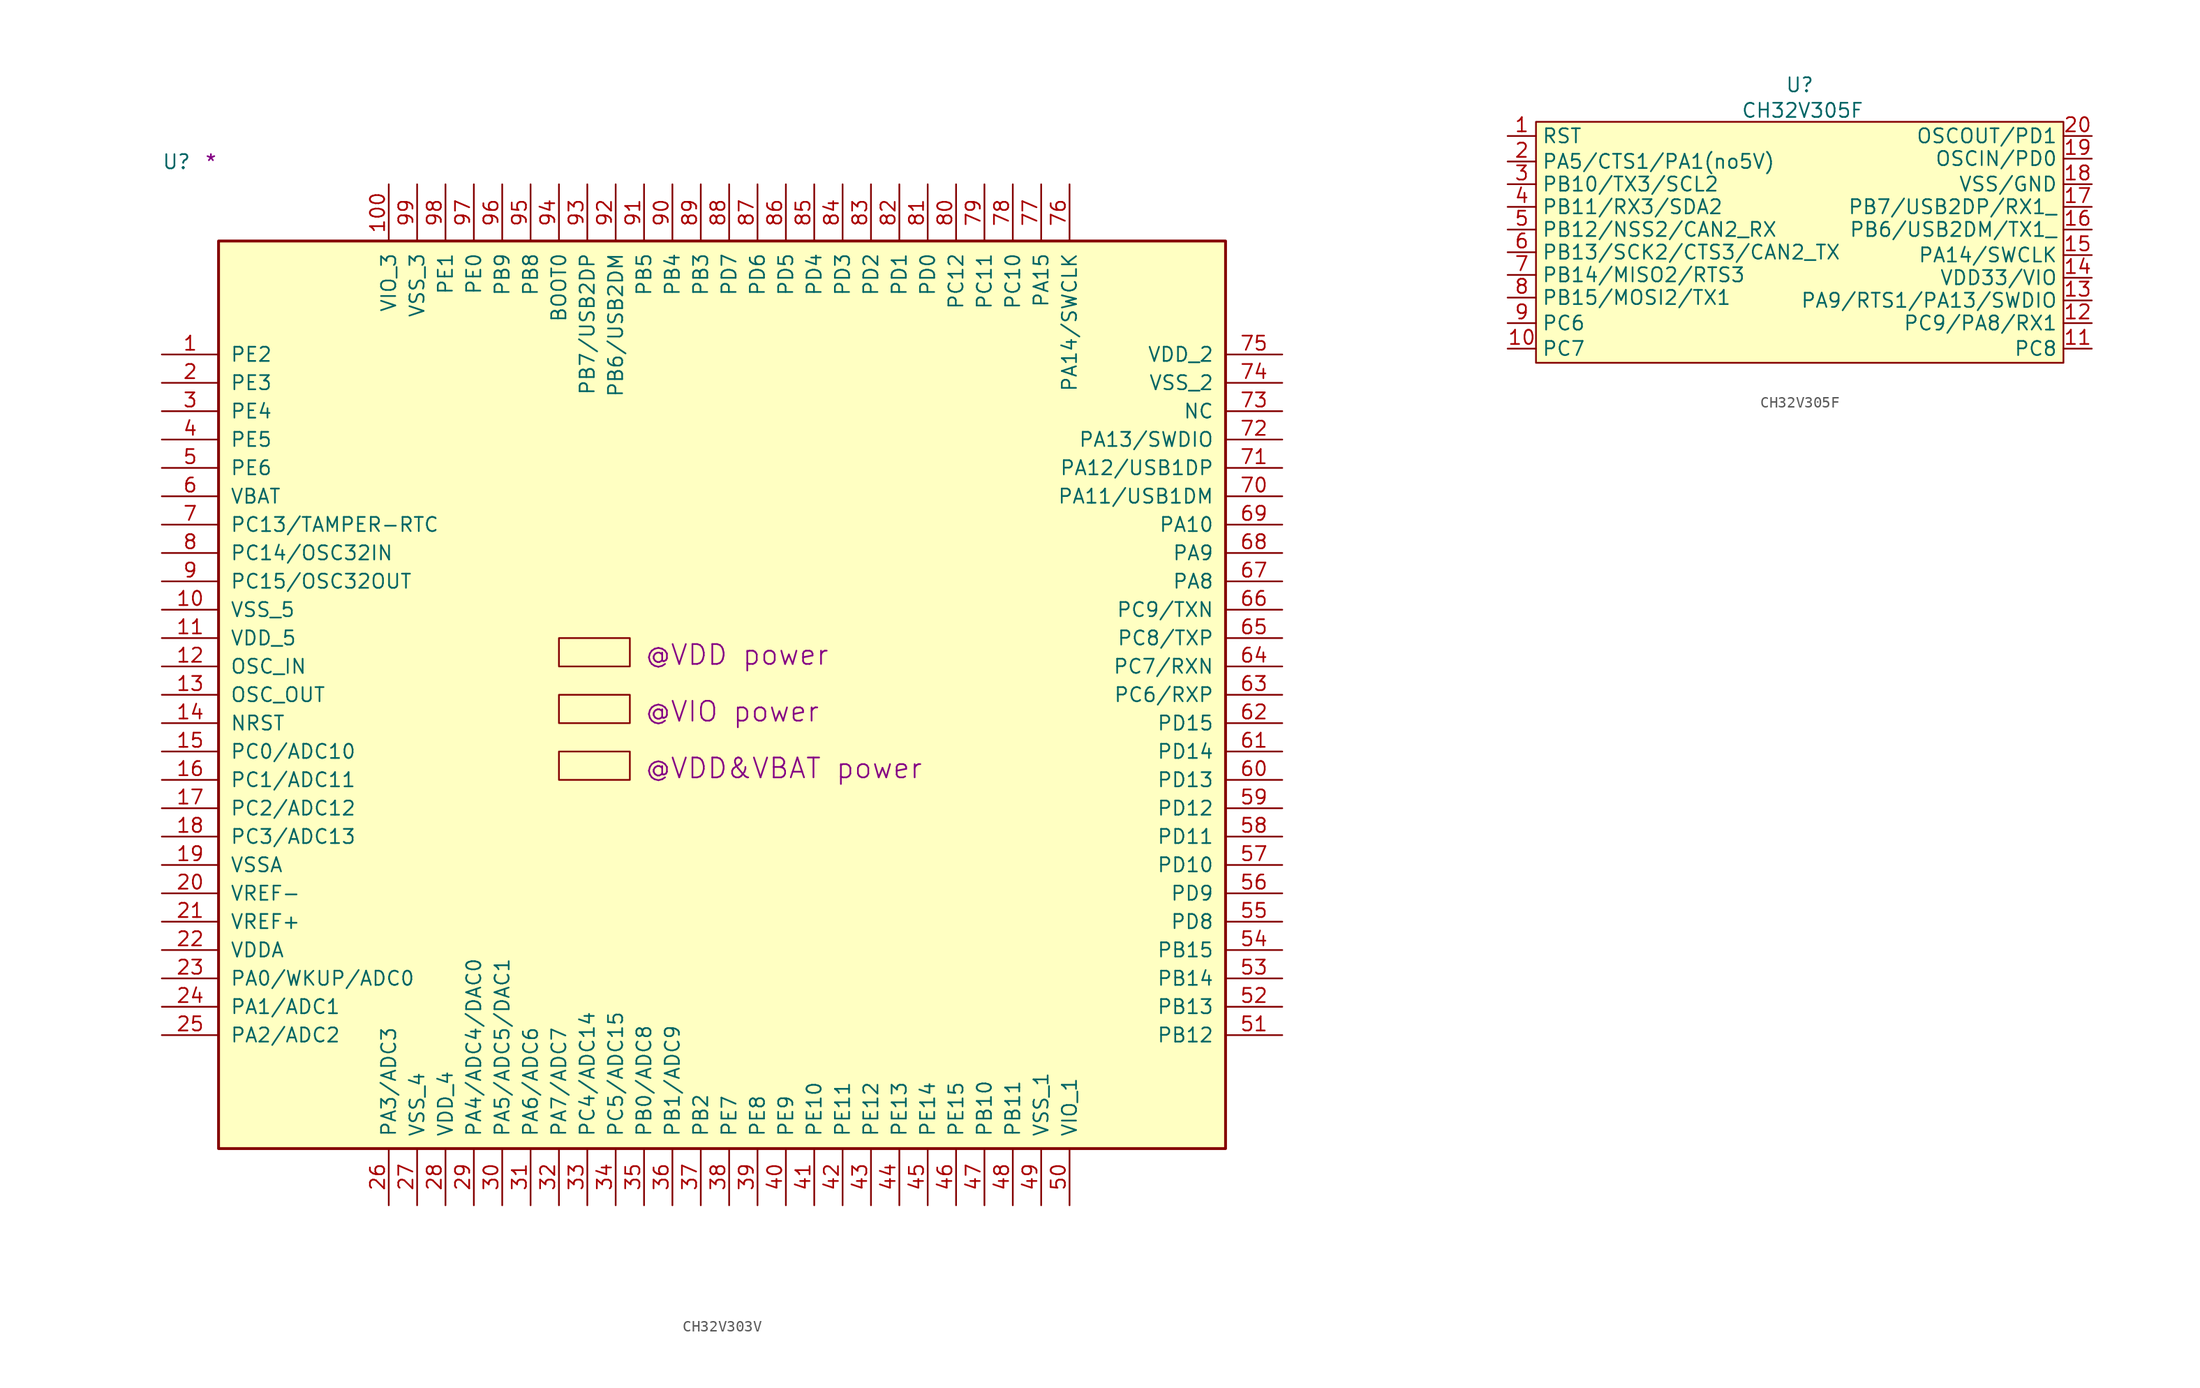
<source format=kicad_sym>
(kicad_symbol_lib
  (version 20211014)
  (generator kicad_symbol_editor)
  (symbol "CH32V303V"
    (pin_names
      (offset 1.016))
    (property "Reference" "U"
      (at -5.08 6.35 0)
      (effects (font (size 1.27 1.27)) (justify left bottom)))
    (property "user" "@VDD power"
      (at 38.1 -38.1 0)
      (effects (font (size 1.778 1.778)) (justify left bottom)))
    (property "user_1" "@VIO power"
      (at 38.1 -43.18 0)
      (effects (font (size 1.778 1.778)) (justify left bottom)))
    (property "user_2" "@VDD&VBAT power"
      (at 38.1 -48.26 0)
      (effects (font (size 1.778 1.778)) (justify left bottom)))
    (property "Comment" "*"
      (at -1.27 6.35 0)
      (effects (font (size 1.27 1.27)) (justify left bottom)))
    (symbol "CH32V303V_1_1"
      (rectangle (start 0 -81.28) (end 90.17 0) (stroke (width 0.254) (type default) (color 0 0 0 0)) (fill (type background)))
      (rectangle (start 30.48 -48.26) (end 36.83 -45.72) (stroke (width 0) (type default) (color 0 0 0 0)) (fill (type background)))
      (rectangle (start 30.48 -43.18) (end 36.83 -40.64) (stroke (width 0) (type default) (color 0 0 0 0)) (fill (type background)))
      (rectangle (start 30.48 -38.1) (end 36.83 -35.56) (stroke (width 0) (type default) (color 0 0 0 0)) (fill (type background)))
      (pin bidirectional line (at -5.08 -10.16 0) (length 5.08) (name "PE2" (effects (font (size 1.27 1.27)))) (number "1" (effects (font (size 1.27 1.27)))))
      (pin power_in line (at -5.08 -33.02 0) (length 5.08) (name "VSS_5" (effects (font (size 1.27 1.27)))) (number "10" (effects (font (size 1.27 1.27)))))
      (pin power_in line (at 15.24 5.08 270) (length 5.08) (name "VIO_3" (effects (font (size 1.27 1.27)))) (number "100" (effects (font (size 1.27 1.27)))))
      (pin power_in line (at -5.08 -35.56 0) (length 5.08) (name "VDD_5" (effects (font (size 1.27 1.27)))) (number "11" (effects (font (size 1.27 1.27)))))
      (pin input line (at -5.08 -38.1 0) (length 5.08) (name "OSC_IN" (effects (font (size 1.27 1.27)))) (number "12" (effects (font (size 1.27 1.27)))))
      (pin output line (at -5.08 -40.64 0) (length 5.08) (name "OSC_OUT" (effects (font (size 1.27 1.27)))) (number "13" (effects (font (size 1.27 1.27)))))
      (pin bidirectional line (at -5.08 -43.18 0) (length 5.08) (name "NRST" (effects (font (size 1.27 1.27)))) (number "14" (effects (font (size 1.27 1.27)))))
      (pin bidirectional line (at -5.08 -45.72 0) (length 5.08) (name "PC0/ADC10" (effects (font (size 1.27 1.27)))) (number "15" (effects (font (size 1.27 1.27)))))
      (pin bidirectional line (at -5.08 -48.26 0) (length 5.08) (name "PC1/ADC11" (effects (font (size 1.27 1.27)))) (number "16" (effects (font (size 1.27 1.27)))))
      (pin bidirectional line (at -5.08 -50.8 0) (length 5.08) (name "PC2/ADC12" (effects (font (size 1.27 1.27)))) (number "17" (effects (font (size 1.27 1.27)))))
      (pin bidirectional line (at -5.08 -53.34 0) (length 5.08) (name "PC3/ADC13" (effects (font (size 1.27 1.27)))) (number "18" (effects (font (size 1.27 1.27)))))
      (pin power_in line (at -5.08 -55.88 0) (length 5.08) (name "VSSA" (effects (font (size 1.27 1.27)))) (number "19" (effects (font (size 1.27 1.27)))))
      (pin bidirectional line (at -5.08 -12.7 0) (length 5.08) (name "PE3" (effects (font (size 1.27 1.27)))) (number "2" (effects (font (size 1.27 1.27)))))
      (pin power_in line (at -5.08 -58.42 0) (length 5.08) (name "VREF-" (effects (font (size 1.27 1.27)))) (number "20" (effects (font (size 1.27 1.27)))))
      (pin power_in line (at -5.08 -60.96 0) (length 5.08) (name "VREF+" (effects (font (size 1.27 1.27)))) (number "21" (effects (font (size 1.27 1.27)))))
      (pin power_in line (at -5.08 -63.5 0) (length 5.08) (name "VDDA" (effects (font (size 1.27 1.27)))) (number "22" (effects (font (size 1.27 1.27)))))
      (pin bidirectional line (at -5.08 -66.04 0) (length 5.08) (name "PA0/WKUP/ADC0" (effects (font (size 1.27 1.27)))) (number "23" (effects (font (size 1.27 1.27)))))
      (pin bidirectional line (at -5.08 -68.58 0) (length 5.08) (name "PA1/ADC1" (effects (font (size 1.27 1.27)))) (number "24" (effects (font (size 1.27 1.27)))))
      (pin bidirectional line (at -5.08 -71.12 0) (length 5.08) (name "PA2/ADC2" (effects (font (size 1.27 1.27)))) (number "25" (effects (font (size 1.27 1.27)))))
      (pin bidirectional line (at 15.24 -86.36 90) (length 5.08) (name "PA3/ADC3" (effects (font (size 1.27 1.27)))) (number "26" (effects (font (size 1.27 1.27)))))
      (pin power_in line (at 17.78 -86.36 90) (length 5.08) (name "VSS_4" (effects (font (size 1.27 1.27)))) (number "27" (effects (font (size 1.27 1.27)))))
      (pin power_in line (at 20.32 -86.36 90) (length 5.08) (name "VDD_4" (effects (font (size 1.27 1.27)))) (number "28" (effects (font (size 1.27 1.27)))))
      (pin bidirectional line (at 22.86 -86.36 90) (length 5.08) (name "PA4/ADC4/DAC0" (effects (font (size 1.27 1.27)))) (number "29" (effects (font (size 1.27 1.27)))))
      (pin bidirectional line (at -5.08 -15.24 0) (length 5.08) (name "PE4" (effects (font (size 1.27 1.27)))) (number "3" (effects (font (size 1.27 1.27)))))
      (pin bidirectional line (at 25.4 -86.36 90) (length 5.08) (name "PA5/ADC5/DAC1" (effects (font (size 1.27 1.27)))) (number "30" (effects (font (size 1.27 1.27)))))
      (pin bidirectional line (at 27.94 -86.36 90) (length 5.08) (name "PA6/ADC6" (effects (font (size 1.27 1.27)))) (number "31" (effects (font (size 1.27 1.27)))))
      (pin bidirectional line (at 30.48 -86.36 90) (length 5.08) (name "PA7/ADC7" (effects (font (size 1.27 1.27)))) (number "32" (effects (font (size 1.27 1.27)))))
      (pin bidirectional line (at 33.02 -86.36 90) (length 5.08) (name "PC4/ADC14" (effects (font (size 1.27 1.27)))) (number "33" (effects (font (size 1.27 1.27)))))
      (pin bidirectional line (at 35.56 -86.36 90) (length 5.08) (name "PC5/ADC15" (effects (font (size 1.27 1.27)))) (number "34" (effects (font (size 1.27 1.27)))))
      (pin bidirectional line (at 38.1 -86.36 90) (length 5.08) (name "PB0/ADC8" (effects (font (size 1.27 1.27)))) (number "35" (effects (font (size 1.27 1.27)))))
      (pin bidirectional line (at 40.64 -86.36 90) (length 5.08) (name "PB1/ADC9" (effects (font (size 1.27 1.27)))) (number "36" (effects (font (size 1.27 1.27)))))
      (pin bidirectional line (at 43.18 -86.36 90) (length 5.08) (name "PB2" (effects (font (size 1.27 1.27)))) (number "37" (effects (font (size 1.27 1.27)))))
      (pin bidirectional line (at 45.72 -86.36 90) (length 5.08) (name "PE7" (effects (font (size 1.27 1.27)))) (number "38" (effects (font (size 1.27 1.27)))))
      (pin bidirectional line (at 48.26 -86.36 90) (length 5.08) (name "PE8" (effects (font (size 1.27 1.27)))) (number "39" (effects (font (size 1.27 1.27)))))
      (pin bidirectional line (at -5.08 -17.78 0) (length 5.08) (name "PE5" (effects (font (size 1.27 1.27)))) (number "4" (effects (font (size 1.27 1.27)))))
      (pin bidirectional line (at 50.8 -86.36 90) (length 5.08) (name "PE9" (effects (font (size 1.27 1.27)))) (number "40" (effects (font (size 1.27 1.27)))))
      (pin bidirectional line (at 53.34 -86.36 90) (length 5.08) (name "PE10" (effects (font (size 1.27 1.27)))) (number "41" (effects (font (size 1.27 1.27)))))
      (pin bidirectional line (at 55.88 -86.36 90) (length 5.08) (name "PE11" (effects (font (size 1.27 1.27)))) (number "42" (effects (font (size 1.27 1.27)))))
      (pin bidirectional line (at 58.42 -86.36 90) (length 5.08) (name "PE12" (effects (font (size 1.27 1.27)))) (number "43" (effects (font (size 1.27 1.27)))))
      (pin bidirectional line (at 60.96 -86.36 90) (length 5.08) (name "PE13" (effects (font (size 1.27 1.27)))) (number "44" (effects (font (size 1.27 1.27)))))
      (pin bidirectional line (at 63.5 -86.36 90) (length 5.08) (name "PE14" (effects (font (size 1.27 1.27)))) (number "45" (effects (font (size 1.27 1.27)))))
      (pin bidirectional line (at 66.04 -86.36 90) (length 5.08) (name "PE15" (effects (font (size 1.27 1.27)))) (number "46" (effects (font (size 1.27 1.27)))))
      (pin bidirectional line (at 68.58 -86.36 90) (length 5.08) (name "PB10" (effects (font (size 1.27 1.27)))) (number "47" (effects (font (size 1.27 1.27)))))
      (pin bidirectional line (at 71.12 -86.36 90) (length 5.08) (name "PB11" (effects (font (size 1.27 1.27)))) (number "48" (effects (font (size 1.27 1.27)))))
      (pin power_in line (at 73.66 -86.36 90) (length 5.08) (name "VSS_1" (effects (font (size 1.27 1.27)))) (number "49" (effects (font (size 1.27 1.27)))))
      (pin bidirectional line (at -5.08 -20.32 0) (length 5.08) (name "PE6" (effects (font (size 1.27 1.27)))) (number "5" (effects (font (size 1.27 1.27)))))
      (pin power_in line (at 76.2 -86.36 90) (length 5.08) (name "VIO_1" (effects (font (size 1.27 1.27)))) (number "50" (effects (font (size 1.27 1.27)))))
      (pin bidirectional line (at 95.25 -71.12 180) (length 5.08) (name "PB12" (effects (font (size 1.27 1.27)))) (number "51" (effects (font (size 1.27 1.27)))))
      (pin bidirectional line (at 95.25 -68.58 180) (length 5.08) (name "PB13" (effects (font (size 1.27 1.27)))) (number "52" (effects (font (size 1.27 1.27)))))
      (pin bidirectional line (at 95.25 -66.04 180) (length 5.08) (name "PB14" (effects (font (size 1.27 1.27)))) (number "53" (effects (font (size 1.27 1.27)))))
      (pin bidirectional line (at 95.25 -63.5 180) (length 5.08) (name "PB15" (effects (font (size 1.27 1.27)))) (number "54" (effects (font (size 1.27 1.27)))))
      (pin bidirectional line (at 95.25 -60.96 180) (length 5.08) (name "PD8" (effects (font (size 1.27 1.27)))) (number "55" (effects (font (size 1.27 1.27)))))
      (pin bidirectional line (at 95.25 -58.42 180) (length 5.08) (name "PD9" (effects (font (size 1.27 1.27)))) (number "56" (effects (font (size 1.27 1.27)))))
      (pin bidirectional line (at 95.25 -55.88 180) (length 5.08) (name "PD10" (effects (font (size 1.27 1.27)))) (number "57" (effects (font (size 1.27 1.27)))))
      (pin bidirectional line (at 95.25 -53.34 180) (length 5.08) (name "PD11" (effects (font (size 1.27 1.27)))) (number "58" (effects (font (size 1.27 1.27)))))
      (pin bidirectional line (at 95.25 -50.8 180) (length 5.08) (name "PD12" (effects (font (size 1.27 1.27)))) (number "59" (effects (font (size 1.27 1.27)))))
      (pin power_in line (at -5.08 -22.86 0) (length 5.08) (name "VBAT" (effects (font (size 1.27 1.27)))) (number "6" (effects (font (size 1.27 1.27)))))
      (pin bidirectional line (at 95.25 -48.26 180) (length 5.08) (name "PD13" (effects (font (size 1.27 1.27)))) (number "60" (effects (font (size 1.27 1.27)))))
      (pin bidirectional line (at 95.25 -45.72 180) (length 5.08) (name "PD14" (effects (font (size 1.27 1.27)))) (number "61" (effects (font (size 1.27 1.27)))))
      (pin bidirectional line (at 95.25 -43.18 180) (length 5.08) (name "PD15" (effects (font (size 1.27 1.27)))) (number "62" (effects (font (size 1.27 1.27)))))
      (pin bidirectional line (at 95.25 -40.64 180) (length 5.08) (name "PC6/RXP" (effects (font (size 1.27 1.27)))) (number "63" (effects (font (size 1.27 1.27)))))
      (pin bidirectional line (at 95.25 -38.1 180) (length 5.08) (name "PC7/RXN" (effects (font (size 1.27 1.27)))) (number "64" (effects (font (size 1.27 1.27)))))
      (pin bidirectional line (at 95.25 -35.56 180) (length 5.08) (name "PC8/TXP" (effects (font (size 1.27 1.27)))) (number "65" (effects (font (size 1.27 1.27)))))
      (pin bidirectional line (at 95.25 -33.02 180) (length 5.08) (name "PC9/TXN" (effects (font (size 1.27 1.27)))) (number "66" (effects (font (size 1.27 1.27)))))
      (pin bidirectional line (at 95.25 -30.48 180) (length 5.08) (name "PA8" (effects (font (size 1.27 1.27)))) (number "67" (effects (font (size 1.27 1.27)))))
      (pin bidirectional line (at 95.25 -27.94 180) (length 5.08) (name "PA9" (effects (font (size 1.27 1.27)))) (number "68" (effects (font (size 1.27 1.27)))))
      (pin bidirectional line (at 95.25 -25.4 180) (length 5.08) (name "PA10" (effects (font (size 1.27 1.27)))) (number "69" (effects (font (size 1.27 1.27)))))
      (pin bidirectional line (at -5.08 -25.4 0) (length 5.08) (name "PC13/TAMPER-RTC" (effects (font (size 1.27 1.27)))) (number "7" (effects (font (size 1.27 1.27)))))
      (pin bidirectional line (at 95.25 -22.86 180) (length 5.08) (name "PA11/USB1DM" (effects (font (size 1.27 1.27)))) (number "70" (effects (font (size 1.27 1.27)))))
      (pin bidirectional line (at 95.25 -20.32 180) (length 5.08) (name "PA12/USB1DP" (effects (font (size 1.27 1.27)))) (number "71" (effects (font (size 1.27 1.27)))))
      (pin bidirectional line (at 95.25 -17.78 180) (length 5.08) (name "PA13/SWDIO" (effects (font (size 1.27 1.27)))) (number "72" (effects (font (size 1.27 1.27)))))
      (pin tri_state line (at 95.25 -15.24 180) (length 5.08) (name "NC" (effects (font (size 1.27 1.27)))) (number "73" (effects (font (size 1.27 1.27)))))
      (pin power_in line (at 95.25 -12.7 180) (length 5.08) (name "VSS_2" (effects (font (size 1.27 1.27)))) (number "74" (effects (font (size 1.27 1.27)))))
      (pin power_in line (at 95.25 -10.16 180) (length 5.08) (name "VDD_2" (effects (font (size 1.27 1.27)))) (number "75" (effects (font (size 1.27 1.27)))))
      (pin bidirectional line (at 76.2 5.08 270) (length 5.08) (name "PA14/SWCLK" (effects (font (size 1.27 1.27)))) (number "76" (effects (font (size 1.27 1.27)))))
      (pin bidirectional line (at 73.66 5.08 270) (length 5.08) (name "PA15" (effects (font (size 1.27 1.27)))) (number "77" (effects (font (size 1.27 1.27)))))
      (pin bidirectional line (at 71.12 5.08 270) (length 5.08) (name "PC10" (effects (font (size 1.27 1.27)))) (number "78" (effects (font (size 1.27 1.27)))))
      (pin bidirectional line (at 68.58 5.08 270) (length 5.08) (name "PC11" (effects (font (size 1.27 1.27)))) (number "79" (effects (font (size 1.27 1.27)))))
      (pin bidirectional line (at -5.08 -27.94 0) (length 5.08) (name "PC14/OSC32IN" (effects (font (size 1.27 1.27)))) (number "8" (effects (font (size 1.27 1.27)))))
      (pin bidirectional line (at 66.04 5.08 270) (length 5.08) (name "PC12" (effects (font (size 1.27 1.27)))) (number "80" (effects (font (size 1.27 1.27)))))
      (pin bidirectional line (at 63.5 5.08 270) (length 5.08) (name "PD0" (effects (font (size 1.27 1.27)))) (number "81" (effects (font (size 1.27 1.27)))))
      (pin bidirectional line (at 60.96 5.08 270) (length 5.08) (name "PD1" (effects (font (size 1.27 1.27)))) (number "82" (effects (font (size 1.27 1.27)))))
      (pin bidirectional line (at 58.42 5.08 270) (length 5.08) (name "PD2" (effects (font (size 1.27 1.27)))) (number "83" (effects (font (size 1.27 1.27)))))
      (pin bidirectional line (at 55.88 5.08 270) (length 5.08) (name "PD3" (effects (font (size 1.27 1.27)))) (number "84" (effects (font (size 1.27 1.27)))))
      (pin bidirectional line (at 53.34 5.08 270) (length 5.08) (name "PD4" (effects (font (size 1.27 1.27)))) (number "85" (effects (font (size 1.27 1.27)))))
      (pin bidirectional line (at 50.8 5.08 270) (length 5.08) (name "PD5" (effects (font (size 1.27 1.27)))) (number "86" (effects (font (size 1.27 1.27)))))
      (pin bidirectional line (at 48.26 5.08 270) (length 5.08) (name "PD6" (effects (font (size 1.27 1.27)))) (number "87" (effects (font (size 1.27 1.27)))))
      (pin bidirectional line (at 45.72 5.08 270) (length 5.08) (name "PD7" (effects (font (size 1.27 1.27)))) (number "88" (effects (font (size 1.27 1.27)))))
      (pin bidirectional line (at 43.18 5.08 270) (length 5.08) (name "PB3" (effects (font (size 1.27 1.27)))) (number "89" (effects (font (size 1.27 1.27)))))
      (pin bidirectional line (at -5.08 -30.48 0) (length 5.08) (name "PC15/OSC32OUT" (effects (font (size 1.27 1.27)))) (number "9" (effects (font (size 1.27 1.27)))))
      (pin bidirectional line (at 40.64 5.08 270) (length 5.08) (name "PB4" (effects (font (size 1.27 1.27)))) (number "90" (effects (font (size 1.27 1.27)))))
      (pin bidirectional line (at 38.1 5.08 270) (length 5.08) (name "PB5" (effects (font (size 1.27 1.27)))) (number "91" (effects (font (size 1.27 1.27)))))
      (pin bidirectional line (at 35.56 5.08 270) (length 5.08) (name "PB6/USB2DM" (effects (font (size 1.27 1.27)))) (number "92" (effects (font (size 1.27 1.27)))))
      (pin bidirectional line (at 33.02 5.08 270) (length 5.08) (name "PB7/USB2DP" (effects (font (size 1.27 1.27)))) (number "93" (effects (font (size 1.27 1.27)))))
      (pin input line (at 30.48 5.08 270) (length 5.08) (name "BOOT0" (effects (font (size 1.27 1.27)))) (number "94" (effects (font (size 1.27 1.27)))))
      (pin bidirectional line (at 27.94 5.08 270) (length 5.08) (name "PB8" (effects (font (size 1.27 1.27)))) (number "95" (effects (font (size 1.27 1.27)))))
      (pin bidirectional line (at 25.4 5.08 270) (length 5.08) (name "PB9" (effects (font (size 1.27 1.27)))) (number "96" (effects (font (size 1.27 1.27)))))
      (pin bidirectional line (at 22.86 5.08 270) (length 5.08) (name "PE0" (effects (font (size 1.27 1.27)))) (number "97" (effects (font (size 1.27 1.27)))))
      (pin bidirectional line (at 20.32 5.08 270) (length 5.08) (name "PE1" (effects (font (size 1.27 1.27)))) (number "98" (effects (font (size 1.27 1.27)))))
      (pin power_in line (at 17.78 5.08 270) (length 5.08) (name "VSS_3" (effects (font (size 1.27 1.27)))) (number "99" (effects (font (size 1.27 1.27)))))))
  (symbol "CH32V305F"
    (property "Reference" "U"
      (at 0 13.97 0)
      (effects (font (size 1.27 1.27))))
    (property "Value" "CH32V305F"
      (at 0.254 11.684 0)
      (effects (font (size 1.27 1.27))))
    (symbol "CH32V305F_0_1"
      (rectangle (start -23.622 10.668) (end 23.622 -10.922) (stroke (width 0) (type default) (color 0 0 0 0)) (fill (type background))))
    (symbol "CH32V305F_1_1"
      (pin input line (at -26.162 9.398 0) (length 2.54) (name "RST" (effects (font (size 1.27 1.27)))) (number "1" (effects (font (size 1.27 1.27)))))
      (pin bidirectional line (at -26.162 -9.652 0) (length 2.54) (name "PC7" (effects (font (size 1.27 1.27)))) (number "10" (effects (font (size 1.27 1.27)))))
      (pin bidirectional line (at 26.162 -9.652 180) (length 2.54) (name "PC8" (effects (font (size 1.27 1.27)))) (number "11" (effects (font (size 1.27 1.27)))))
      (pin bidirectional line (at 26.162 -7.366 180) (length 2.54) (name "PC9/PA8/RX1" (effects (font (size 1.27 1.27)))) (number "12" (effects (font (size 1.27 1.27)))))
      (pin bidirectional line (at 26.162 -5.334 180) (length 2.54) (name "PA9/RTS1/PA13/SWDIO" (effects (font (size 1.27 1.27)))) (number "13" (effects (font (size 1.27 1.27)))))
      (pin power_in line (at 26.162 -3.302 180) (length 2.54) (name "VDD33/VIO" (effects (font (size 1.27 1.27)))) (number "14" (effects (font (size 1.27 1.27)))))
      (pin bidirectional line (at 26.162 -1.27 180) (length 2.54) (name "PA14/SWCLK" (effects (font (size 1.27 1.27)))) (number "15" (effects (font (size 1.27 1.27)))))
      (pin bidirectional line (at 26.162 1.016 180) (length 2.54) (name "PB6/USB2DM/TX1_" (effects (font (size 1.27 1.27)))) (number "16" (effects (font (size 1.27 1.27)))))
      (pin bidirectional line (at 26.162 3.048 180) (length 2.54) (name "PB7/USB2DP/RX1_" (effects (font (size 1.27 1.27)))) (number "17" (effects (font (size 1.27 1.27)))))
      (pin power_in line (at 26.162 5.08 180) (length 2.54) (name "VSS/GND" (effects (font (size 1.27 1.27)))) (number "18" (effects (font (size 1.27 1.27)))))
      (pin bidirectional line (at 26.162 7.366 180) (length 2.54) (name "OSCIN/PD0" (effects (font (size 1.27 1.27)))) (number "19" (effects (font (size 1.27 1.27)))))
      (pin input line (at -26.162 7.112 0) (length 2.54) (name "PA5/CTS1/PA1(no5V)" (effects (font (size 1.27 1.27)))) (number "2" (effects (font (size 1.27 1.27)))))
      (pin bidirectional line (at 26.162 9.398 180) (length 2.54) (name "OSCOUT/PD1" (effects (font (size 1.27 1.27)))) (number "20" (effects (font (size 1.27 1.27)))))
      (pin bidirectional line (at -26.162 5.08 0) (length 2.54) (name "PB10/TX3/SCL2" (effects (font (size 1.27 1.27)))) (number "3" (effects (font (size 1.27 1.27)))))
      (pin bidirectional line (at -26.162 3.048 0) (length 2.54) (name "PB11/RX3/SDA2" (effects (font (size 1.27 1.27)))) (number "4" (effects (font (size 1.27 1.27)))))
      (pin bidirectional line (at -26.162 1.016 0) (length 2.54) (name "PB12/NSS2/CAN2_RX" (effects (font (size 1.27 1.27)))) (number "5" (effects (font (size 1.27 1.27)))))
      (pin bidirectional line (at -26.162 -1.016 0) (length 2.54) (name "PB13/SCK2/CTS3/CAN2_TX" (effects (font (size 1.27 1.27)))) (number "6" (effects (font (size 1.27 1.27)))))
      (pin bidirectional line (at -26.162 -3.048 0) (length 2.54) (name "PB14/MISO2/RTS3" (effects (font (size 1.27 1.27)))) (number "7" (effects (font (size 1.27 1.27)))))
      (pin bidirectional line (at -26.162 -5.08 0) (length 2.54) (name "PB15/MOSI2/TX1" (effects (font (size 1.27 1.27)))) (number "8" (effects (font (size 1.27 1.27)))))
      (pin bidirectional line (at -26.162 -7.366 0) (length 2.54) (name "PC6" (effects (font (size 1.27 1.27)))) (number "9" (effects (font (size 1.27 1.27))))))))
</source>
